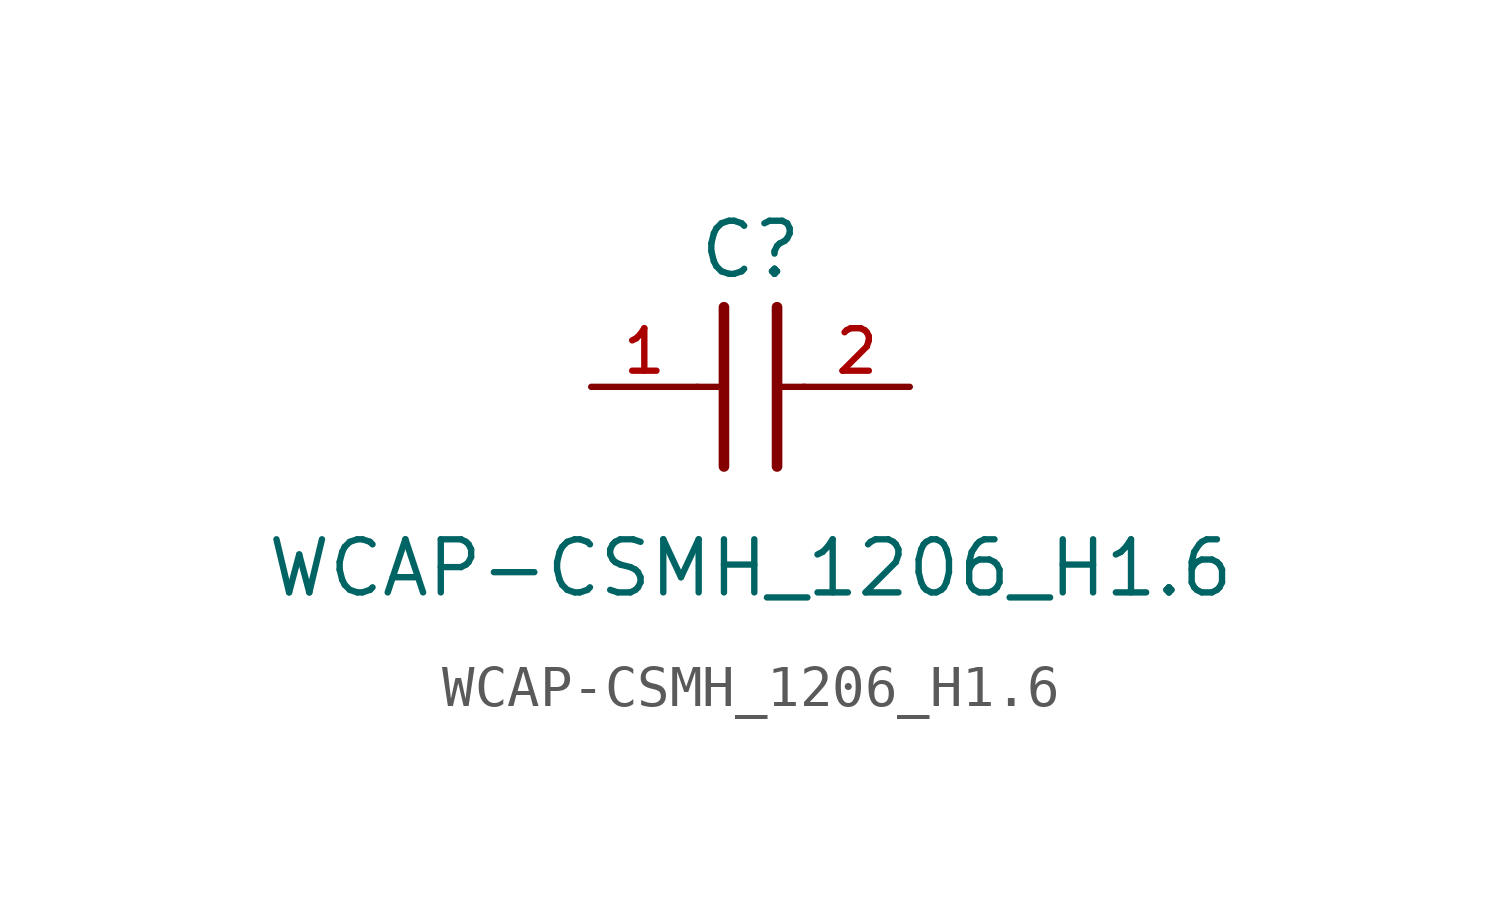
<source format=kicad_sym>
(kicad_symbol_lib
  (version 20241209)
  (generator "kicad_symbol_editor")
  (generator_version "9.0")
  (symbol "WCAP-CSMH_1206_H1.6"
    (pin_names
      (offset 1.016))
    (property "Reference" "C"
      (at 1.27 2.54 0)
      (effects (font (size 1.27 1.27)) (justify bottom)))
    (property "Value" "WCAP-CSMH_1206_H1.6"
      (at 1.27 -5.08 0)
      (effects (font (size 1.27 1.27)) (justify bottom)))
    (symbol "WCAP-CSMH_1206_H1.6_0_0"
      (polyline (pts (xy 0 0) (xy 0.643 0)) (stroke (width 0.152) (type default)) (fill (type none)))
      (polyline (pts (xy 0.635 -1.905) (xy 0.635 1.905)) (stroke (width 0.254) (type default)) (fill (type none)))
      (polyline (pts (xy 1.905 1.905) (xy 1.905 -1.905)) (stroke (width 0.254) (type default)) (fill (type none)))
      (polyline (pts (xy 1.928 0) (xy 2.571 0)) (stroke (width 0.152) (type default)) (fill (type none)))
      (pin passive line (at -2.54 0 0) (length 2.54) (name "~" (effects (font (size 1.016 1.016)))) (number "1" (effects (font (size 1.016 1.016)))))
      (pin passive line (at 5.08 0 180) (length 2.54) (name "~" (effects (font (size 1.016 1.016)))) (number "2" (effects (font (size 1.016 1.016))))))))
</source>
